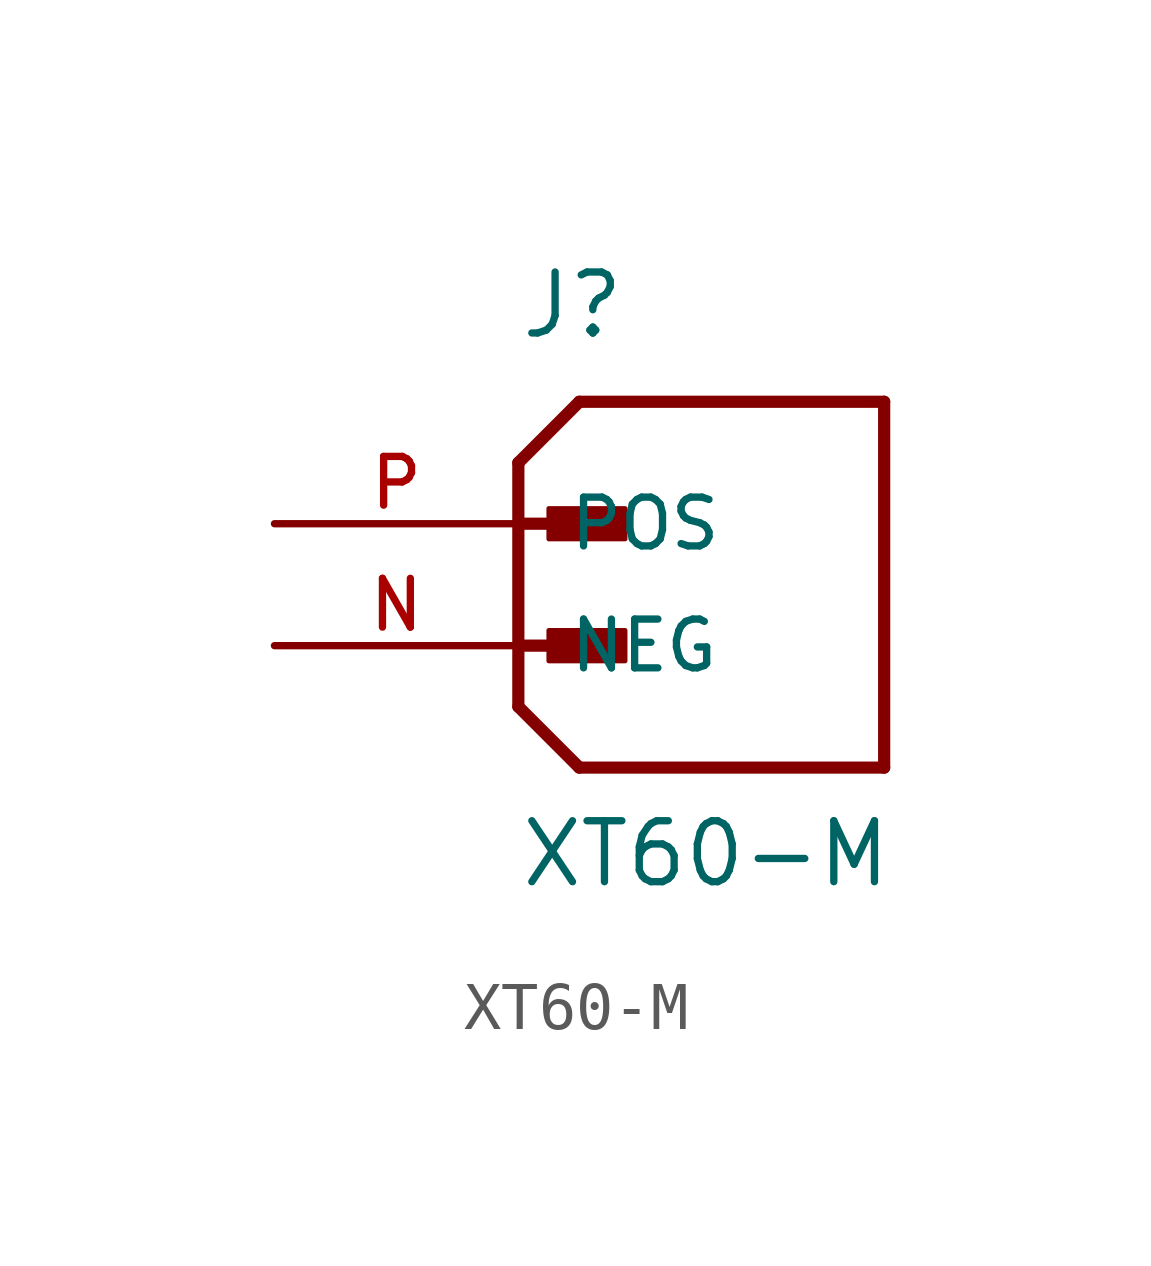
<source format=kicad_sym>
(kicad_symbol_lib
  (version 20211014)
  (generator kicad_symbol_editor)
  (symbol "XT60-M"
    (pin_names
      (offset 1.016))
    (property "Reference" "J"
      (at 0 6.35 0)
      (effects (font (size 1.27 1.27)) (justify left bottom)))
    (property "Value" "XT60-M"
      (at 0 -5.08 0)
      (effects (font (size 1.27 1.27)) (justify left bottom)))
    (symbol "XT60-M_0_0"
      (polyline (pts (xy 0 -1.27) (xy 1.27 -2.54)) (stroke (width 0.254) (type default) (color 0 0 0 0)) (fill (type none)))
      (polyline (pts (xy 0 0) (xy 1.905 0)) (stroke (width 0.254) (type default) (color 0 0 0 0)) (fill (type none)))
      (polyline (pts (xy 0 2.54) (xy 0 -1.27)) (stroke (width 0.254) (type default) (color 0 0 0 0)) (fill (type none)))
      (polyline (pts (xy 0 2.54) (xy 1.905 2.54)) (stroke (width 0.254) (type default) (color 0 0 0 0)) (fill (type none)))
      (polyline (pts (xy 0 3.81) (xy 0 2.54)) (stroke (width 0.254) (type default) (color 0 0 0 0)) (fill (type none)))
      (polyline (pts (xy 0 3.81) (xy 1.27 5.08)) (stroke (width 0.254) (type default) (color 0 0 0 0)) (fill (type none)))
      (polyline (pts (xy 1.27 -2.54) (xy 7.62 -2.54)) (stroke (width 0.254) (type default) (color 0 0 0 0)) (fill (type none)))
      (polyline (pts (xy 7.62 -2.54) (xy 7.62 5.08)) (stroke (width 0.254) (type default) (color 0 0 0 0)) (fill (type none)))
      (polyline (pts (xy 7.62 5.08) (xy 1.27 5.08)) (stroke (width 0.254) (type default) (color 0 0 0 0)) (fill (type none)))
      (rectangle (start 0.635 -0.318) (end 2.223 0.318) (stroke (width 0.1) (type default) (color 0 0 0 0)) (fill (type outline)))
      (rectangle (start 0.635 2.223) (end 2.223 2.857) (stroke (width 0.1) (type default) (color 0 0 0 0)) (fill (type outline)))
      (pin passive line (at -5.08 0 0) (length 5.08) (name "NEG" (effects (font (size 1.016 1.016)))) (number "N" (effects (font (size 1.016 1.016)))))
      (pin passive line (at -5.08 2.54 0) (length 5.08) (name "POS" (effects (font (size 1.016 1.016)))) (number "P" (effects (font (size 1.016 1.016))))))))
</source>
